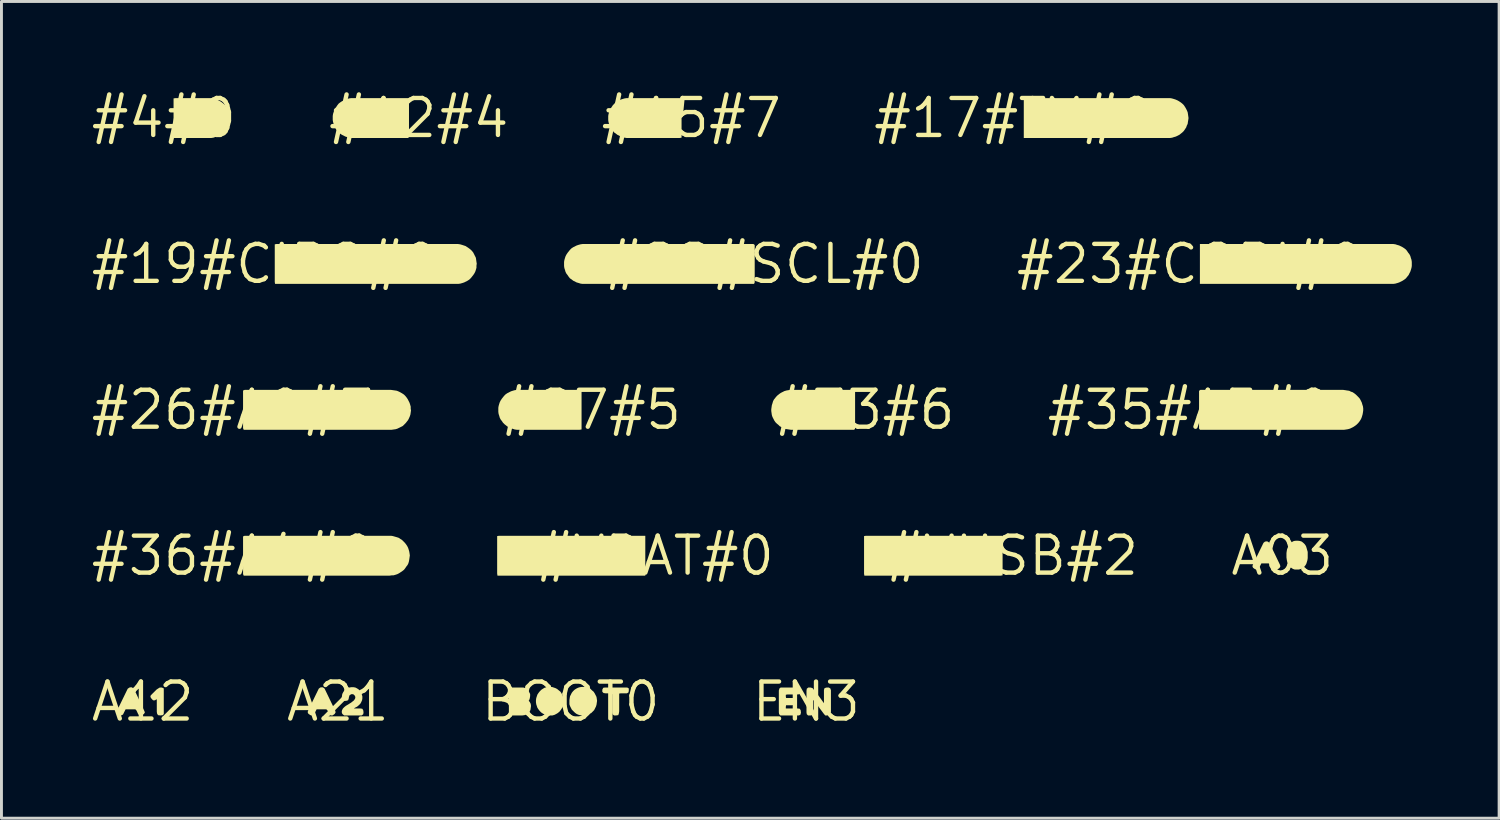
<source format=kicad_pcb>
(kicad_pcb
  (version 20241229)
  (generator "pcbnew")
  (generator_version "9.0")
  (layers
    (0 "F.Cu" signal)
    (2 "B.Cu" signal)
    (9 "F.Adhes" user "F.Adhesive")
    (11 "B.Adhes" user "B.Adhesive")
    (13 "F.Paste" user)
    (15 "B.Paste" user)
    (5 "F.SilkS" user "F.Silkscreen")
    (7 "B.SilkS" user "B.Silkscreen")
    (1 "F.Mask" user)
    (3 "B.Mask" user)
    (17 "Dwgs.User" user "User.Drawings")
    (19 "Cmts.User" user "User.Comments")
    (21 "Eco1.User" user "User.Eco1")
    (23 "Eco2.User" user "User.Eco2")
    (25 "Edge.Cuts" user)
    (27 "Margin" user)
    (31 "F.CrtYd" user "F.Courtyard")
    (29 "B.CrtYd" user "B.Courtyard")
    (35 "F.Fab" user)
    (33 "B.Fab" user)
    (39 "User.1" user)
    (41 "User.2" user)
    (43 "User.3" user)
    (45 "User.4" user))
  (footprint "#36#A4#0"
    (layer "F.Cu")
    (at 4.966 16.043)
    (property "Reference" "#36#A4#0" (at 0 0 0) (layer "F.SilkS") (effects (font (size 1.27 1.27) (thickness 0.15))))
    (fp_poly (pts (xy 5.481 -0.675) (xy 5.551 -0.655) (xy 5.621 -0.635) (xy 5.682 -0.615) (xy 5.743 -0.574) (xy 5.793 -0.544) (xy 5.844 -0.494) (xy 5.894 -0.443) (xy 5.934 -0.393) (xy 5.974 -0.333) (xy 6.005 -0.272) (xy 6.025 -0.211) (xy 6.045 -0.141) (xy 6.055 -0.081) (xy 6.065 -0.01) (xy 6.055 0.061) (xy 6.045 0.131) (xy 6.035 0.191) (xy 6.015 0.262) (xy 5.984 0.323) (xy 5.944 0.373) (xy 5.904 0.433) (xy 5.864 0.484) (xy 5.813 0.524) (xy 5.753 0.564) (xy 5.693 0.604) (xy 5.632 0.635) (xy 5.571 0.655) (xy 5.501 0.675) (xy 5.44 0.675) (xy 5.37 0.685) (xy 0.357 0.685) (xy 0.335 0.631) (xy 0.335 -0.663) (xy 0.389 -0.685) (xy 5.42 -0.685)) (stroke (width 0) (type solid)) (fill yes) (layer "F.SilkS")))
  (footprint "#22#SCL#0"
    (layer "F.Cu")
    (at 23.215 6.019)
    (property "Reference" "#22#SCL#0" (at 0 0 0) (layer "F.SilkS") (effects (font (size 1.27 1.27) (thickness 0.15))))
    (fp_poly (pts (xy -6.321 0.675) (xy -6.381 0.655) (xy -6.452 0.635) (xy -6.573 0.574) (xy -6.623 0.534) (xy -6.683 0.494) (xy -6.724 0.443) (xy -6.764 0.383) (xy -6.804 0.333) (xy -6.835 0.272) (xy -6.855 0.201) (xy -6.875 0.141) (xy -6.885 0.07) (xy -6.885 -0.07) (xy -6.875 -0.131) (xy -6.855 -0.201) (xy -6.835 -0.262) (xy -6.804 -0.323) (xy -6.764 -0.383) (xy -6.724 -0.433) (xy -6.684 -0.483) (xy -6.633 -0.534) (xy -6.573 -0.574) (xy -6.452 -0.635) (xy -6.391 -0.655) (xy -6.321 -0.675) (xy -6.25 -0.685) (xy -0.378 -0.685) (xy -0.335 -0.652) (xy -0.335 0.631) (xy -0.357 0.685) (xy -6.25 0.685)) (stroke (width 0) (type solid)) (fill yes) (layer "F.SilkS")))
  (footprint "A03"
    (layer "F.Cu")
    (at 41.005 16.043)
    (property "Reference" "A03" (at 0 0 0) (layer "F.SilkS") (effects (font (size 1.27 1.27) (thickness 0.15))))
    (fp_poly (pts (xy -0.467 -0.464) (xy -0.436 -0.433) (xy -0.075 0.318) (xy -0.065 0.371) (xy -0.096 0.423) (xy -0.168 0.475) (xy -0.232 0.475) (xy -0.284 0.433) (xy -0.344 0.303) (xy -0.382 0.265) (xy -0.717 0.265) (xy -0.776 0.382) (xy -0.806 0.444) (xy -0.869 0.475) (xy -0.932 0.465) (xy -1.004 0.413) (xy -1.025 0.36) (xy -1.005 0.298) (xy -0.674 -0.382) (xy -0.644 -0.443) (xy -0.592 -0.485) (xy -0.519 -0.495)) (stroke (width 0) (type solid)) (fill yes) (layer "F.SilkS"))
    (fp_poly (pts (xy 0.611 -0.505) (xy 0.672 -0.484) (xy 0.733 -0.434) (xy 0.774 -0.393) (xy 0.815 -0.332) (xy 0.835 -0.271) (xy 0.856 -0.196) (xy 0.856 -0.196) (xy 0.875 -0.131) (xy 0.875 0.08) (xy 0.865 0.151) (xy 0.845 0.221) (xy 0.825 0.282) (xy 0.794 0.333) (xy 0.754 0.384) (xy 0.703 0.424) (xy 0.642 0.455) (xy 0.571 0.475) (xy 0.429 0.475) (xy 0.368 0.455) (xy 0.307 0.414) (xy 0.256 0.374) (xy 0.216 0.323) (xy 0.185 0.252) (xy 0.165 0.191) (xy 0.155 0.131) (xy 0.145 0.06) (xy 0.145 -0.09) (xy 0.155 -0.161) (xy 0.165 -0.221) (xy 0.195 -0.292) (xy 0.216 -0.352) (xy 0.256 -0.403) (xy 0.276 -0.444) (xy 0.338 -0.474) (xy 0.398 -0.505) (xy 0.47 -0.515) (xy 0.54 -0.515)) (stroke (width 0) (type solid)) (fill yes) (layer "F.SilkS")))
  (footprint "#19#CIPO#0"
    (layer "F.Cu")
    (at 6.055 6.019)
    (property "Reference" "#19#CIPO#0" (at 0 0 0) (layer "F.SilkS") (effects (font (size 1.27 1.27) (thickness 0.15))))
    (fp_poly (pts (xy 6.701 -0.675) (xy 6.771 -0.655) (xy 6.832 -0.635) (xy 6.892 -0.615) (xy 7.013 -0.534) (xy 7.063 -0.494) (xy 7.114 -0.443) (xy 7.154 -0.393) (xy 7.245 -0.212) (xy 7.255 -0.141) (xy 7.265 -0.071) (xy 7.275 -0.01) (xy 7.265 0.06) (xy 7.265 0.131) (xy 7.245 0.201) (xy 7.225 0.262) (xy 7.194 0.323) (xy 7.154 0.383) (xy 7.114 0.433) (xy 7.074 0.483) (xy 7.023 0.534) (xy 6.963 0.574) (xy 6.842 0.635) (xy 6.781 0.655) (xy 6.711 0.675) (xy 6.64 0.685) (xy 0.346 0.685) (xy 0.335 0.62) (xy 0.335 -0.674) (xy 0.39 -0.685) (xy 6.63 -0.685)) (stroke (width 0) (type solid)) (fill yes) (layer "F.SilkS")))
  (footprint "#17#TX#0"
    (layer "F.Cu")
    (at 31.79 1.006)
    (property "Reference" "#17#TX#0" (at 0 0 0) (layer "F.SilkS") (effects (font (size 1.27 1.27) (thickness 0.15))))
    (fp_poly (pts (xy 5.421 -0.675) (xy 5.491 -0.655) (xy 5.552 -0.635) (xy 5.622 -0.604) (xy 5.673 -0.574) (xy 5.733 -0.534) (xy 5.783 -0.494) (xy 5.834 -0.443) (xy 5.874 -0.383) (xy 5.904 -0.332) (xy 5.935 -0.272) (xy 5.965 -0.201) (xy 5.975 -0.141) (xy 5.985 -0.071) (xy 5.995 0) (xy 5.985 0.071) (xy 5.975 0.131) (xy 5.965 0.202) (xy 5.935 0.262) (xy 5.915 0.322) (xy 5.834 0.443) (xy 5.783 0.494) (xy 5.733 0.534) (xy 5.683 0.574) (xy 5.562 0.635) (xy 5.491 0.655) (xy 5.431 0.675) (xy 5.36 0.685) (xy 0.335 0.685) (xy 0.335 -0.685) (xy 5.36 -0.685)) (stroke (width 0) (type solid)) (fill yes) (layer "F.SilkS")))
  (footprint "#12#4"
    (layer "F.Cu")
    (at 11.337 1.006)
    (property "Reference" "#12#4" (at 0 0 0) (layer "F.SilkS") (effects (font (size 1.27 1.27) (thickness 0.15))))
    (fp_poly (pts (xy -2.391 0.675) (xy -2.461 0.655) (xy -2.522 0.635) (xy -2.643 0.574) (xy -2.703 0.534) (xy -2.754 0.484) (xy -2.804 0.433) (xy -2.844 0.383) (xy -2.905 0.262) (xy -2.925 0.201) (xy -2.945 0.131) (xy -2.955 0.07) (xy -2.955 -0.07) (xy -2.945 -0.141) (xy -2.925 -0.202) (xy -2.905 -0.262) (xy -2.874 -0.333) (xy -2.834 -0.383) (xy -2.794 -0.443) (xy -2.754 -0.494) (xy -2.703 -0.534) (xy -2.643 -0.574) (xy -2.522 -0.635) (xy -2.461 -0.655) (xy -2.391 -0.675) (xy -2.32 -0.685) (xy -0.378 -0.685) (xy -0.335 -0.652) (xy -0.335 0.631) (xy -0.357 0.685) (xy -2.33 0.685)) (stroke (width 0) (type solid)) (fill yes) (layer "F.SilkS")))
  (footprint "#26#A0#3"
    (layer "F.Cu")
    (at 4.966 11.031)
    (property "Reference" "#26#A0#3" (at 0 0 0) (layer "F.SilkS") (effects (font (size 1.27 1.27) (thickness 0.15))))
    (fp_poly (pts (xy 5.491 -0.675) (xy 5.561 -0.665) (xy 5.621 -0.655) (xy 5.692 -0.625) (xy 5.752 -0.594) (xy 5.803 -0.564) (xy 5.863 -0.524) (xy 5.914 -0.473) (xy 5.954 -0.423) (xy 5.994 -0.363) (xy 6.055 -0.242) (xy 6.075 -0.181) (xy 6.095 -0.111) (xy 6.095 -0.04) (xy 6.105 0.02) (xy 6.095 0.091) (xy 6.085 0.161) (xy 6.065 0.222) (xy 6.035 0.292) (xy 6.004 0.353) (xy 5.964 0.403) (xy 5.924 0.453) (xy 5.874 0.504) (xy 5.823 0.554) (xy 5.642 0.645) (xy 5.581 0.665) (xy 5.511 0.675) (xy 5.44 0.685) (xy 0.357 0.685) (xy 0.335 0.631) (xy 0.335 -0.663) (xy 0.389 -0.685) (xy 5.42 -0.685)) (stroke (width 0) (type solid)) (fill yes) (layer "F.SilkS")))
  (footprint "#33#6"
    (layer "F.Cu")
    (at 26.664 11.031)
    (property "Reference" "#33#6" (at 0 0 0) (layer "F.SilkS") (effects (font (size 1.27 1.27) (thickness 0.15))))
    (fp_poly (pts (xy -0.335 -0.642) (xy -0.335 0.652) (xy -0.368 0.685) (xy -2.54 0.685) (xy -2.611 0.675) (xy -2.671 0.665) (xy -2.742 0.655) (xy -2.923 0.564) (xy -2.973 0.514) (xy -3.023 0.474) (xy -3.074 0.423) (xy -3.114 0.363) (xy -3.175 0.242) (xy -3.195 0.181) (xy -3.205 0.111) (xy -3.215 0.04) (xy -3.215 -0.02) (xy -3.205 -0.091) (xy -3.195 -0.161) (xy -3.175 -0.221) (xy -3.155 -0.292) (xy -3.124 -0.353) (xy -3.084 -0.403) (xy -3.044 -0.453) (xy -2.993 -0.504) (xy -2.943 -0.544) (xy -2.883 -0.584) (xy -2.762 -0.645) (xy -2.691 -0.665) (xy -2.631 -0.675) (xy -2.56 -0.685) (xy -0.367 -0.685)) (stroke (width 0) (type solid)) (fill yes) (layer "F.SilkS")))
  (footprint "#27#5"
    (layer "F.Cu")
    (at 17.266 11.031)
    (property "Reference" "#27#5" (at 0 0 0) (layer "F.SilkS") (effects (font (size 1.27 1.27) (thickness 0.15))))
    (fp_poly (pts (xy -2.631 0.675) (xy -2.691 0.655) (xy -2.762 0.635) (xy -2.883 0.574) (xy -2.933 0.534) (xy -2.983 0.494) (xy -3.034 0.443) (xy -3.074 0.383) (xy -3.114 0.333) (xy -3.145 0.272) (xy -3.165 0.201) (xy -3.185 0.141) (xy -3.195 0.07) (xy -3.195 -0.07) (xy -3.185 -0.131) (xy -3.165 -0.201) (xy -3.145 -0.262) (xy -3.114 -0.323) (xy -3.074 -0.383) (xy -3.034 -0.433) (xy -2.994 -0.483) (xy -2.943 -0.534) (xy -2.883 -0.574) (xy -2.762 -0.635) (xy -2.701 -0.655) (xy -2.631 -0.675) (xy -2.56 -0.685) (xy -0.346 -0.685) (xy -0.335 -0.62) (xy -0.335 0.674) (xy -0.4 0.685) (xy -2.56 0.685)) (stroke (width 0) (type solid)) (fill yes) (layer "F.SilkS")))
  (footprint "EN3"
    (layer "F.Cu")
    (at 24.654 21.056)
    (property "Reference" "EN3" (at 0 0 0) (layer "F.SilkS") (effects (font (size 1.27 1.27) (thickness 0.15))))
    (fp_poly (pts (xy 0.213 -0.464) (xy 0.254 -0.413) (xy 0.464 -0.143) (xy 0.605 0.054) (xy 0.605 -0.401) (xy 0.626 -0.464) (xy 0.699 -0.485) (xy 0.771 -0.485) (xy 0.824 -0.453) (xy 0.845 -0.391) (xy 0.845 0.36) (xy 0.835 0.422) (xy 0.803 0.465) (xy 0.72 0.475) (xy 0.648 0.475) (xy 0.596 0.413) (xy 0.243 -0.058) (xy 0.235 -0.01) (xy 0.235 0.401) (xy 0.214 0.454) (xy 0.151 0.475) (xy 0.058 0.475) (xy 0.015 0.432) (xy 0.005 0.37) (xy 0.005 -0.37) (xy 0.015 -0.443) (xy 0.068 -0.485) (xy 0.141 -0.485)) (stroke (width 0) (type solid)) (fill yes) (layer "F.SilkS"))
    (fp_poly (pts (xy -0.206 -0.453) (xy -0.185 -0.38) (xy -0.195 -0.287) (xy -0.238 -0.255) (xy -0.31 -0.245) (xy -0.65 -0.245) (xy -0.705 -0.236) (xy -0.705 -0.17) (xy -0.696 -0.125) (xy -0.419 -0.125) (xy -0.367 -0.104) (xy -0.335 -0.051) (xy -0.335 0.041) (xy -0.367 0.094) (xy -0.419 0.115) (xy -0.5 0.125) (xy -0.696 0.125) (xy -0.705 0.18) (xy -0.705 0.235) (xy -0.3 0.235) (xy -0.227 0.245) (xy -0.195 0.298) (xy -0.185 0.38) (xy -0.206 0.454) (xy -0.259 0.475) (xy -0.892 0.475) (xy -0.935 0.432) (xy -0.945 0.37) (xy -0.945 -0.381) (xy -0.924 -0.453) (xy -0.882 -0.485) (xy -0.259 -0.485)) (stroke (width 0) (type solid)) (fill yes) (layer "F.SilkS")))
  (footprint "BOOT0"
    (layer "F.Cu")
    (at 16.559 21.056)
    (property "Reference" "BOOT0" (at 0 0 0) (layer "F.SilkS") (effects (font (size 1.27 1.27) (thickness 0.15))))
    (fp_poly (pts (xy 1.995 -0.453) (xy 1.995 -0.38) (xy 1.985 -0.317) (xy 1.931 -0.285) (xy 1.72 -0.285) (xy 1.665 -0.276) (xy 1.665 0.33) (xy 1.655 0.401) (xy 1.634 0.465) (xy 1.56 0.475) (xy 1.488 0.475) (xy 1.435 0.433) (xy 1.425 0.37) (xy 1.425 -0.249) (xy 1.407 -0.285) (xy 1.2 -0.285) (xy 1.128 -0.295) (xy 1.085 -0.338) (xy 1.085 -0.411) (xy 1.117 -0.475) (xy 1.18 -0.485) (xy 1.941 -0.485)) (stroke (width 0) (type solid)) (fill yes) (layer "F.SilkS"))
    (fp_poly (pts (xy -1.568 -0.465) (xy -1.507 -0.434) (xy -1.456 -0.383) (xy -1.395 -0.261) (xy -1.395 -0.19) (xy -1.405 -0.119) (xy -1.425 -0.058) (xy -1.444 -0.03) (xy -1.406 0.017) (xy -1.375 0.078) (xy -1.365 0.15) (xy -1.375 0.221) (xy -1.385 0.292) (xy -1.426 0.353) (xy -1.467 0.404) (xy -1.528 0.445) (xy -1.589 0.465) (xy -1.66 0.475) (xy -2 0.475) (xy -2.082 0.465) (xy -2.125 0.432) (xy -2.125 -0.39) (xy -2.115 -0.453) (xy -2.061 -0.485) (xy -1.629 -0.485)) (stroke (width 0) (type solid)) (fill yes) (layer "F.SilkS"))
    (fp_poly (pts (xy -0.045 0.091) (xy -0.045 -0.05) (xy -0.035 -0.121) (xy -0.025 -0.182) (xy 0.036 -0.303) (xy 0.076 -0.353) (xy 0.127 -0.404) (xy 0.187 -0.444) (xy 0.248 -0.475) (xy 0.309 -0.495) (xy 0.38 -0.505) (xy 0.491 -0.505) (xy 0.561 -0.485) (xy 0.622 -0.465) (xy 0.683 -0.434) (xy 0.733 -0.384) (xy 0.784 -0.343) (xy 0.824 -0.283) (xy 0.885 -0.162) (xy 0.895 -0.101) (xy 0.905 -0.03) (xy 0.895 0.041) (xy 0.885 0.111) (xy 0.865 0.172) (xy 0.804 0.293) (xy 0.754 0.344) (xy 0.703 0.394) (xy 0.582 0.455) (xy 0.521 0.475) (xy 0.38 0.475) (xy 0.309 0.465) (xy 0.248 0.445) (xy 0.187 0.414) (xy 0.137 0.374) (xy 0.086 0.324) (xy 0.036 0.273) (xy -0.025 0.152)) (stroke (width 0) (type solid)) (fill yes) (layer "F.SilkS"))
    (fp_poly (pts (xy -0.588 -0.485) (xy -0.528 -0.465) (xy -0.467 -0.434) (xy -0.407 -0.384) (xy -0.356 -0.343) (xy -0.316 -0.283) (xy -0.285 -0.222) (xy -0.265 -0.162) (xy -0.245 -0.101) (xy -0.245 0.04) (xy -0.255 0.111) (xy -0.275 0.172) (xy -0.306 0.233) (xy -0.346 0.293) (xy -0.386 0.344) (xy -0.447 0.394) (xy -0.498 0.424) (xy -0.558 0.455) (xy -0.629 0.475) (xy -0.76 0.475) (xy -0.831 0.465) (xy -0.892 0.445) (xy -0.953 0.414) (xy -1.013 0.374) (xy -1.064 0.323) (xy -1.104 0.273) (xy -1.141 0.217) (xy -1.143 0.218) (xy -1.145 0.212) (xy -1.147 0.208) (xy -1.146 0.208) (xy -1.165 0.152) (xy -1.185 0.091) (xy -1.195 0.02) (xy -1.195 -0.05) (xy -1.185 -0.121) (xy -1.165 -0.182) (xy -1.145 -0.242) (xy -1.104 -0.303) (xy -1.064 -0.353) (xy -1.013 -0.404) (xy -0.953 -0.444) (xy -0.902 -0.475) (xy -0.831 -0.495) (xy -0.77 -0.505) (xy -0.649 -0.505)) (stroke (width 0) (type solid)) (fill yes) (layer "F.SilkS")))
  (footprint "#15#7"
    (layer "F.Cu")
    (at 20.702 1.006)
    (property "Reference" "#15#7" (at 0 0 0) (layer "F.SilkS") (effects (font (size 1.27 1.27) (thickness 0.15))))
    (fp_poly (pts (xy -2.291 0.675) (xy -2.361 0.655) (xy -2.422 0.635) (xy -2.543 0.574) (xy -2.593 0.534) (xy -2.653 0.494) (xy -2.694 0.443) (xy -2.734 0.383) (xy -2.774 0.333) (xy -2.805 0.262) (xy -2.825 0.202) (xy -2.845 0.141) (xy -2.855 0.07) (xy -2.855 -0.07) (xy -2.845 -0.131) (xy -2.825 -0.201) (xy -2.805 -0.262) (xy -2.774 -0.323) (xy -2.734 -0.383) (xy -2.694 -0.443) (xy -2.654 -0.484) (xy -2.603 -0.534) (xy -2.543 -0.574) (xy -2.422 -0.635) (xy -2.361 -0.655) (xy -2.291 -0.675) (xy -2.22 -0.685) (xy -0.346 -0.685) (xy -0.335 -0.62) (xy -0.335 0.674) (xy -0.4 0.685) (xy -2.22 0.685)) (stroke (width 0) (type solid)) (fill yes) (layer "F.SilkS")))
  (footprint "A12"
    (layer "F.Cu")
    (at 1.852 21.056)
    (property "Reference" "A12" (at 0 0 0) (layer "F.SilkS") (effects (font (size 1.27 1.27) (thickness 0.15))))
    (fp_poly (pts (xy 0.725 -0.453) (xy 0.725 0.422) (xy 0.693 0.465) (xy 0.61 0.475) (xy 0.527 0.465) (xy 0.495 0.412) (xy 0.485 0.35) (xy 0.485 -0.059) (xy 0.477 -0.082) (xy 0.422 -0.045) (xy 0.358 -0.045) (xy 0.306 -0.097) (xy 0.265 -0.159) (xy 0.275 -0.212) (xy 0.336 -0.274) (xy 0.477 -0.414) (xy 0.537 -0.454) (xy 0.589 -0.485) (xy 0.661 -0.485)) (stroke (width 0) (type solid)) (fill yes) (layer "F.SilkS"))
    (fp_poly (pts (xy -0.327 -0.464) (xy -0.296 -0.433) (xy 0.055 0.318) (xy 0.076 0.37) (xy 0.044 0.424) (xy -0.039 0.475) (xy -0.102 0.475) (xy -0.154 0.433) (xy -0.214 0.303) (xy -0.252 0.265) (xy -0.587 0.265) (xy -0.646 0.382) (xy -0.676 0.444) (xy -0.739 0.475) (xy -0.802 0.465) (xy -0.874 0.413) (xy -0.895 0.36) (xy -0.875 0.298) (xy -0.544 -0.382) (xy -0.514 -0.443) (xy -0.452 -0.485) (xy -0.389 -0.495)) (stroke (width 0) (type solid)) (fill yes) (layer "F.SilkS")))
  (footprint "#4#0"
    (layer "F.Cu")
    (at 2.578 1.006)
    (property "Reference" "#4#0" (at 0 0 0) (layer "F.SilkS") (effects (font (size 1.27 1.27) (thickness 0.15))))
    (fp_poly (pts (xy 1.691 -0.675) (xy 1.761 -0.655) (xy 1.822 -0.635) (xy 1.943 -0.574) (xy 2.003 -0.534) (xy 2.053 -0.494) (xy 2.104 -0.443) (xy 2.144 -0.383) (xy 2.174 -0.332) (xy 2.205 -0.272) (xy 2.225 -0.201) (xy 2.245 -0.141) (xy 2.255 -0.071) (xy 2.265 0) (xy 2.255 0.071) (xy 2.245 0.131) (xy 2.235 0.202) (xy 2.144 0.383) (xy 2.104 0.433) (xy 2.054 0.484) (xy 2.003 0.534) (xy 1.953 0.574) (xy 1.832 0.635) (xy 1.761 0.655) (xy 1.701 0.675) (xy 1.63 0.685) (xy 0.335 0.685) (xy 0.335 -0.674) (xy 0.4 -0.685) (xy 1.62 -0.685)) (stroke (width 0) (type solid)) (fill yes) (layer "F.SilkS")))
  (footprint "A21"
    (layer "F.Cu")
    (at 8.555 21.056)
    (property "Reference" "A21" (at 0 0 0) (layer "F.SilkS") (effects (font (size 1.27 1.27) (thickness 0.15))))
    (fp_poly (pts (xy -0.467 -0.464) (xy -0.446 -0.432) (xy -0.085 0.318) (xy -0.075 0.371) (xy -0.106 0.423) (xy -0.178 0.475) (xy -0.242 0.475) (xy -0.294 0.433) (xy -0.354 0.303) (xy -0.392 0.265) (xy -0.727 0.265) (xy -0.786 0.382) (xy -0.816 0.444) (xy -0.879 0.475) (xy -0.942 0.465) (xy -1.014 0.413) (xy -1.035 0.36) (xy -1.015 0.298) (xy -0.684 -0.382) (xy -0.654 -0.443) (xy -0.602 -0.485) (xy -0.529 -0.495)) (stroke (width 0) (type solid)) (fill yes) (layer "F.SilkS"))
    (fp_poly (pts (xy 0.602 -0.485) (xy 0.663 -0.454) (xy 0.723 -0.414) (xy 0.764 -0.363) (xy 0.804 -0.312) (xy 0.825 -0.251) (xy 0.845 -0.181) (xy 0.845 -0.11) (xy 0.835 -0.049) (xy 0.804 0.022) (xy 0.774 0.073) (xy 0.723 0.124) (xy 0.663 0.174) (xy 0.602 0.204) (xy 0.558 0.231) (xy 0.562 0.235) (xy 0.77 0.235) (xy 0.843 0.245) (xy 0.875 0.298) (xy 0.885 0.37) (xy 0.875 0.433) (xy 0.822 0.475) (xy 0.218 0.475) (xy 0.156 0.423) (xy 0.135 0.36) (xy 0.145 0.298) (xy 0.176 0.237) (xy 0.227 0.186) (xy 0.277 0.146) (xy 0.457 0.036) (xy 0.556 -0.043) (xy 0.595 -0.102) (xy 0.605 -0.159) (xy 0.576 -0.217) (xy 0.528 -0.255) (xy 0.462 -0.255) (xy 0.404 -0.217) (xy 0.385 -0.159) (xy 0.375 -0.099) (xy 0.354 -0.046) (xy 0.281 -0.025) (xy 0.188 -0.025) (xy 0.145 -0.068) (xy 0.135 -0.13) (xy 0.145 -0.201) (xy 0.155 -0.262) (xy 0.186 -0.323) (xy 0.226 -0.383) (xy 0.277 -0.434) (xy 0.328 -0.465) (xy 0.399 -0.485) (xy 0.46 -0.495) (xy 0.54 -0.495)) (stroke (width 0) (type solid)) (fill yes) (layer "F.SilkS")))
  (footprint "#VBAT#0"
    (layer "F.Cu")
    (at 19.456 16.043)
    (property "Reference" "#VBAT#0" (at 0 0 0) (layer "F.SilkS") (effects (font (size 1.27 1.27) (thickness 0.15))))
    (fp_poly (pts (xy -0.335 0.685) (xy -5.414 0.685) (xy -5.425 0.61) (xy -5.425 -0.674) (xy -5.36 -0.685) (xy -0.335 -0.685)) (stroke (width 0) (type solid)) (fill yes) (layer "F.SilkS")))
  (footprint "#35#A5#0"
    (layer "F.Cu")
    (at 37.812 11.031)
    (property "Reference" "#35#A5#0" (at 0 0 0) (layer "F.SilkS") (effects (font (size 1.27 1.27) (thickness 0.15))))
    (fp_poly (pts (xy 5.361 -0.675) (xy 5.421 -0.665) (xy 5.492 -0.655) (xy 5.552 -0.625) (xy 5.612 -0.605) (xy 5.673 -0.564) (xy 5.723 -0.524) (xy 5.774 -0.474) (xy 5.824 -0.423) (xy 5.864 -0.373) (xy 5.925 -0.252) (xy 5.945 -0.181) (xy 5.965 -0.121) (xy 5.975 -0.05) (xy 5.975 0.02) (xy 5.965 0.091) (xy 5.955 0.151) (xy 5.935 0.221) (xy 5.915 0.282) (xy 5.884 0.343) (xy 5.844 0.403) (xy 5.804 0.453) (xy 5.753 0.504) (xy 5.703 0.544) (xy 5.643 0.584) (xy 5.522 0.645) (xy 5.451 0.665) (xy 5.391 0.675) (xy 5.32 0.685) (xy 0.367 0.685) (xy 0.335 0.642) (xy 0.335 -0.652) (xy 0.378 -0.685) (xy 5.29 -0.685)) (stroke (width 0) (type solid)) (fill yes) (layer "F.SilkS")))
  (footprint "#VUSB#2"
    (layer "F.Cu")
    (at 31.732 16.043)
    (property "Reference" "#VUSB#2" (at 0 0 0) (layer "F.SilkS") (effects (font (size 1.27 1.27) (thickness 0.15))))
    (fp_poly (pts (xy -0.335 0.674) (xy -0.4 0.685) (xy -5.084 0.685) (xy -5.095 0.62) (xy -5.095 -0.674) (xy -5.03 -0.685) (xy -0.335 -0.685)) (stroke (width 0) (type solid)) (fill yes) (layer "F.SilkS")))
  (footprint "#23#COPI#0"
    (layer "F.Cu")
    (at 37.841 6.019)
    (property "Reference" "#23#COPI#0" (at 0 0 0) (layer "F.SilkS") (effects (font (size 1.27 1.27) (thickness 0.15))))
    (fp_poly (pts (xy 7.051 -0.675) (xy 7.111 -0.655) (xy 7.182 -0.635) (xy 7.303 -0.574) (xy 7.363 -0.534) (xy 7.414 -0.494) (xy 7.454 -0.443) (xy 7.494 -0.383) (xy 7.534 -0.333) (xy 7.565 -0.272) (xy 7.585 -0.201) (xy 7.605 -0.141) (xy 7.615 -0.07) (xy 7.615 0.07) (xy 7.605 0.131) (xy 7.585 0.201) (xy 7.565 0.262) (xy 7.534 0.322) (xy 7.504 0.383) (xy 7.454 0.443) (xy 7.414 0.494) (xy 7.363 0.534) (xy 7.303 0.574) (xy 7.182 0.635) (xy 7.121 0.655) (xy 7.051 0.675) (xy 6.98 0.685) (xy 0.335 0.685) (xy 0.335 -0.685) (xy 6.98 -0.685)) (stroke (width 0) (type solid)) (fill yes) (layer "F.SilkS")))
  (gr_rect
    (start -3 -3)
    (end 48.456 25.062)
    (stroke (width 0.1) (type default))
    (fill no)
    (layer "Edge.Cuts")))
</source>
